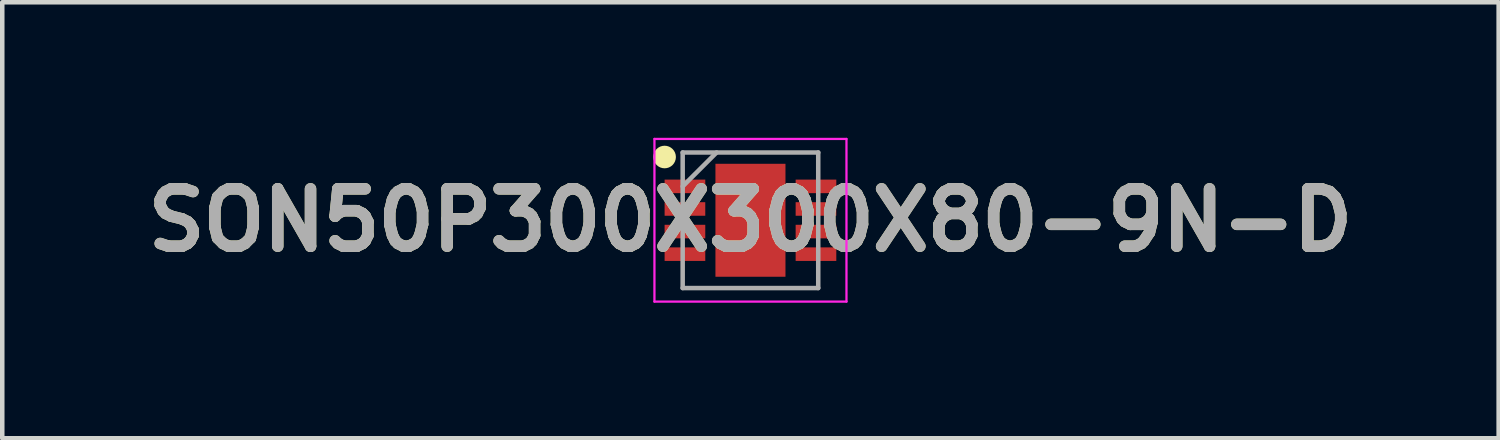
<source format=kicad_pcb>
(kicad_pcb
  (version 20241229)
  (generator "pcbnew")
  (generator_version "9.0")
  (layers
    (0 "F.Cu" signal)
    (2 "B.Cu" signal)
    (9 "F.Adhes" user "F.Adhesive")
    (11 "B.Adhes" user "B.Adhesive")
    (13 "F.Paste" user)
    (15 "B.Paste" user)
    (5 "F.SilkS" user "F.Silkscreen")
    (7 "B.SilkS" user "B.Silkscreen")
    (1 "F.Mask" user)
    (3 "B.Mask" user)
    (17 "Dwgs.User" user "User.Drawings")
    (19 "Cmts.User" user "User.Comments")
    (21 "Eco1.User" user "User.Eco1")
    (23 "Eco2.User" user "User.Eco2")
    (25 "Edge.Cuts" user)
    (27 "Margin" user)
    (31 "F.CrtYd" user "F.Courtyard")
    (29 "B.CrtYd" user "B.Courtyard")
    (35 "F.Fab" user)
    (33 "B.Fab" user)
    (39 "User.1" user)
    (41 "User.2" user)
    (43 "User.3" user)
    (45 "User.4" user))
  (footprint "SON50P300X300X80-9N-D"
    (layer "F.Cu")
    (at 13.559 1.825)
    (property "Reference" "SON50P300X300X80-9N-D" (at 0 0 0) (layer "F.SilkS") (effects (font (size 1.27 1.27) (thickness 0.254))))
    (attr smd)
    (fp_circle (center -1.9 -1.4) (end -1.9 -1.275) (stroke (width 0.25) (type solid)) (fill no) (layer "F.SilkS"))
    (fp_line (start -2.125 -1.8) (end 2.125 -1.8) (stroke (width 0.05) (type solid)) (layer "F.CrtYd"))
    (fp_line (start -2.125 1.8) (end -2.125 -1.8) (stroke (width 0.05) (type solid)) (layer "F.CrtYd"))
    (fp_line (start 2.125 -1.8) (end 2.125 1.8) (stroke (width 0.05) (type solid)) (layer "F.CrtYd"))
    (fp_line (start 2.125 1.8) (end -2.125 1.8) (stroke (width 0.05) (type solid)) (layer "F.CrtYd"))
    (fp_line (start -1.5 -1.5) (end 1.5 -1.5) (stroke (width 0.1) (type solid)) (layer "F.Fab"))
    (fp_line (start -1.5 -0.75) (end -0.75 -1.5) (stroke (width 0.1) (type solid)) (layer "F.Fab"))
    (fp_line (start -1.5 1.5) (end -1.5 -1.5) (stroke (width 0.1) (type solid)) (layer "F.Fab"))
    (fp_line (start 1.5 -1.5) (end 1.5 1.5) (stroke (width 0.1) (type solid)) (layer "F.Fab"))
    (fp_line (start 1.5 1.5) (end -1.5 1.5) (stroke (width 0.1) (type solid)) (layer "F.Fab"))
    (fp_text user "${REFERENCE}" (at 0 0 0) (layer "F.Fab") (effects (font (size 1.27 1.27) (thickness 0.254))))
    (pad "1" smd rect (at -1.45 -0.75 90) (size 0.3 0.9) (layers "F.Cu" "F.Mask" "F.Paste"))
    (pad "2" smd rect (at -1.45 -0.25 90) (size 0.3 0.9) (layers "F.Cu" "F.Mask" "F.Paste"))
    (pad "3" smd rect (at -1.45 0.25 90) (size 0.3 0.9) (layers "F.Cu" "F.Mask" "F.Paste"))
    (pad "4" smd rect (at -1.45 0.75 90) (size 0.3 0.9) (layers "F.Cu" "F.Mask" "F.Paste"))
    (pad "5" smd rect (at 1.45 0.75 90) (size 0.3 0.9) (layers "F.Cu" "F.Mask" "F.Paste"))
    (pad "6" smd rect (at 1.45 0.25 90) (size 0.3 0.9) (layers "F.Cu" "F.Mask" "F.Paste"))
    (pad "7" smd rect (at 1.45 -0.25 90) (size 0.3 0.9) (layers "F.Cu" "F.Mask" "F.Paste"))
    (pad "8" smd rect (at 1.45 -0.75 90) (size 0.3 0.9) (layers "F.Cu" "F.Mask" "F.Paste"))
    (pad "9" smd rect (at 0 0) (size 1.55 2.5) (layers "F.Cu" "F.Mask" "F.Paste")))
  (gr_rect
    (start -3 -3)
    (end 30.118 6.65)
    (stroke (width 0.1) (type default))
    (fill no)
    (layer "Edge.Cuts")))
</source>
